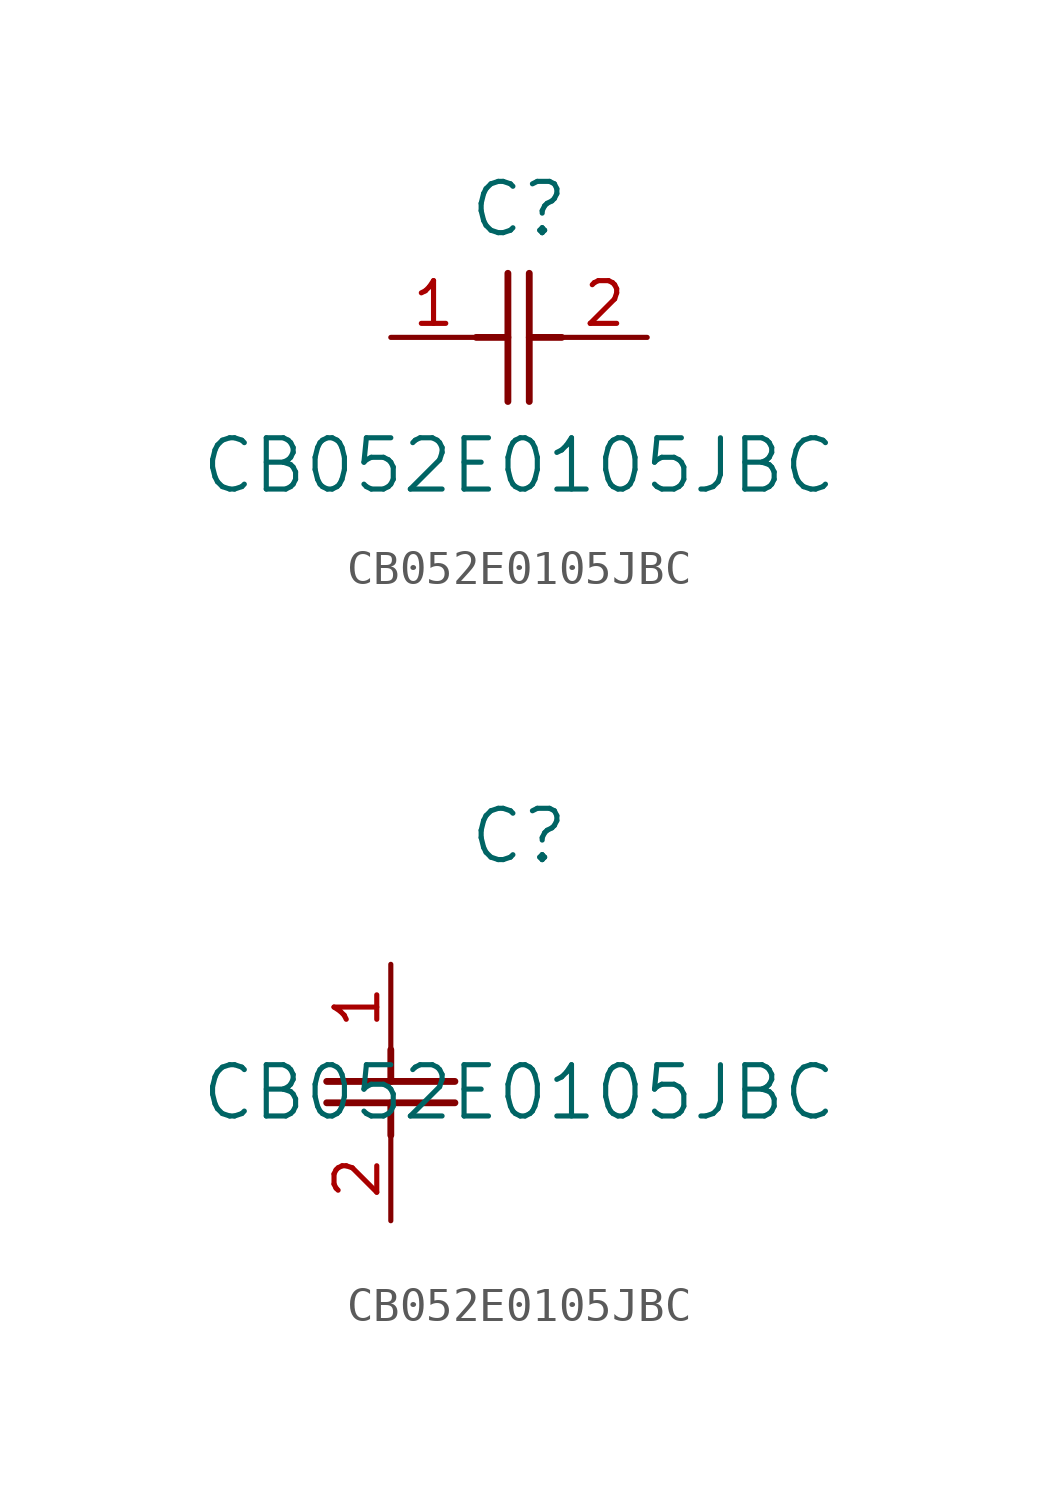
<source format=kicad_sym>
(kicad_symbol_lib
  (version 20211014)
  (generator kicad_symbol_editor)
  (symbol "CB052E0105JBC"
    (pin_names
      (offset 0.254))
    (property "Reference" "C"
      (at 3.81 3.81 0)
      (effects (font (size 1.524 1.524))))
    (property "Value" "CB052E0105JBC"
      (at 3.81 -3.81 0)
      (effects (font (size 1.524 1.524))))
    (symbol "CB052E0105JBC_1_1"
      (polyline (pts (xy 3.48 -1.905) (xy 3.48 1.905)) (stroke (width 0.203) (type default) (color 0 0 0 0)) (fill (type none)))
      (polyline (pts (xy 4.115 -1.905) (xy 4.115 1.905)) (stroke (width 0.203) (type default) (color 0 0 0 0)) (fill (type none)))
      (polyline (pts (xy 4.115 0) (xy 5.08 0)) (stroke (width 0.203) (type default) (color 0 0 0 0)) (fill (type none)))
      (polyline (pts (xy 2.54 0) (xy 3.48 0)) (stroke (width 0.203) (type default) (color 0 0 0 0)) (fill (type none)))
      (pin unspecified line (at 0 0 0) (length 2.54) (name "" (effects (font (size 1.27 1.27)))) (number "1" (effects (font (size 1.27 1.27)))))
      (pin unspecified line (at 7.62 0 180) (length 2.54) (name "" (effects (font (size 1.27 1.27)))) (number "2" (effects (font (size 1.27 1.27))))))
    (symbol "CB052E0105JBC_1_2"
      (polyline (pts (xy -1.905 -3.48) (xy 1.905 -3.48)) (stroke (width 0.203) (type default) (color 0 0 0 0)) (fill (type none)))
      (polyline (pts (xy -1.905 -4.115) (xy 1.905 -4.115)) (stroke (width 0.203) (type default) (color 0 0 0 0)) (fill (type none)))
      (polyline (pts (xy 0 -4.115) (xy 0 -5.08)) (stroke (width 0.203) (type default) (color 0 0 0 0)) (fill (type none)))
      (polyline (pts (xy 0 -2.54) (xy 0 -3.48)) (stroke (width 0.203) (type default) (color 0 0 0 0)) (fill (type none)))
      (pin unspecified line (at 0 0 270) (length 2.54) (name "" (effects (font (size 1.27 1.27)))) (number "1" (effects (font (size 1.27 1.27)))))
      (pin unspecified line (at 0 -7.62 90) (length 2.54) (name "" (effects (font (size 1.27 1.27)))) (number "2" (effects (font (size 1.27 1.27))))))))
</source>
